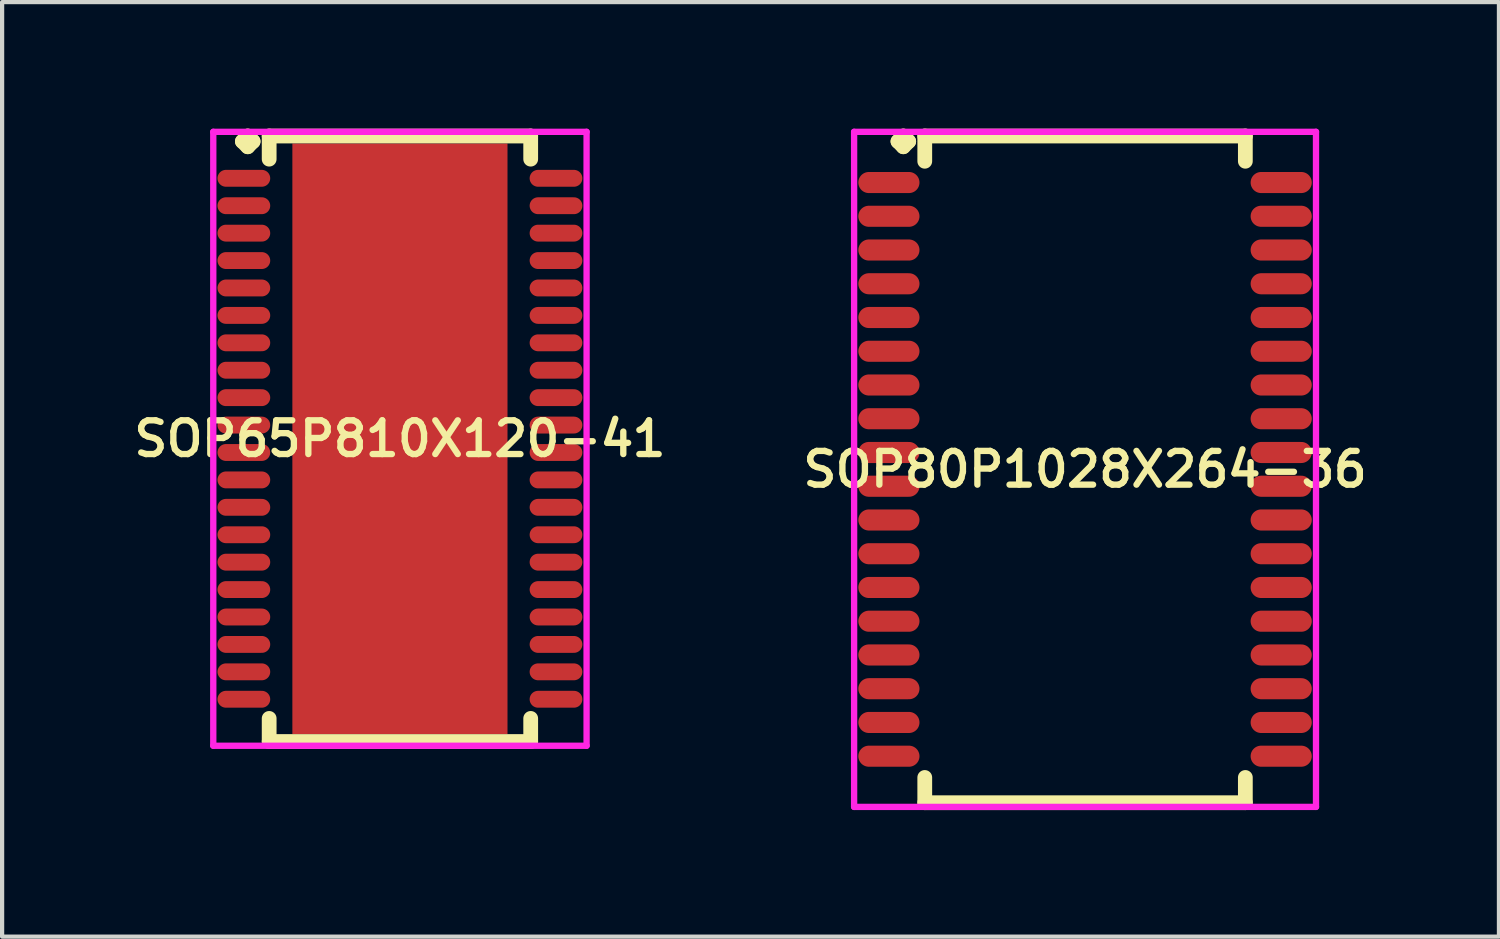
<source format=kicad_pcb>
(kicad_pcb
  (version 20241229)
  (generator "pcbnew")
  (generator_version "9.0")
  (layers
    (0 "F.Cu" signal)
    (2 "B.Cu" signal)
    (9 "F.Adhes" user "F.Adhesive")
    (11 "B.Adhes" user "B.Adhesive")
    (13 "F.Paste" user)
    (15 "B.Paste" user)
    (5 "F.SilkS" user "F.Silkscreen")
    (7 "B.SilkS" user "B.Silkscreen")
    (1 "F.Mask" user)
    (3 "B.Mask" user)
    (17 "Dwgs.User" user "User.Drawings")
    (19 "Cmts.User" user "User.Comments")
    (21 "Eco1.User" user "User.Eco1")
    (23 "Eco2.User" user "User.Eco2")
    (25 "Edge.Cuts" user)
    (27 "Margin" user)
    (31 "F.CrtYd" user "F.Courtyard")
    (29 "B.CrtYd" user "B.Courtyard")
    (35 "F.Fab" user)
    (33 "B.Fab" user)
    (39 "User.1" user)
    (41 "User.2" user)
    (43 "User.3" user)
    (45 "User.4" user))
  (footprint "SOP65P810X120-41"
    (layer "F.Cu")
    (at 6.431 7.352)
    (property "Reference" "SOP65P810X120-41" (at 0 0 0) (layer "F.SilkS") (effects (font (size 0.8 0.8) (thickness 0.15))))
    (attr smd)
    (fp_line (start -3.735 -7.05) (end -3.608 -7.177) (stroke (width 0.35) (type solid)) (layer "F.SilkS"))
    (fp_line (start -3.608 -7.177) (end -3.481 -7.05) (stroke (width 0.35) (type solid)) (layer "F.SilkS"))
    (fp_line (start -3.608 -6.923) (end -3.735 -7.05) (stroke (width 0.35) (type solid)) (layer "F.SilkS"))
    (fp_line (start -3.481 -7.05) (end -3.608 -6.923) (stroke (width 0.35) (type solid)) (layer "F.SilkS"))
    (fp_line (start -3.1 -7.177) (end 3.1 -7.177) (stroke (width 0.35) (type solid)) (layer "F.SilkS"))
    (fp_line (start -3.1 -6.629) (end -3.1 -7.177) (stroke (width 0.35) (type solid)) (layer "F.SilkS"))
    (fp_line (start -3.1 6.629) (end -3.1 7.177) (stroke (width 0.35) (type solid)) (layer "F.SilkS"))
    (fp_line (start -3.1 7.177) (end 3.1 7.177) (stroke (width 0.35) (type solid)) (layer "F.SilkS"))
    (fp_line (start 3.1 -7.177) (end 3.1 -6.629) (stroke (width 0.35) (type solid)) (layer "F.SilkS"))
    (fp_line (start 3.1 7.177) (end 3.1 6.629) (stroke (width 0.35) (type solid)) (layer "F.SilkS"))
    (fp_line (start -4.425 -7.277) (end 4.425 -7.277) (stroke (width 0.15) (type solid)) (layer "F.CrtYd"))
    (fp_line (start -4.425 7.277) (end -4.425 -7.277) (stroke (width 0.15) (type solid)) (layer "F.CrtYd"))
    (fp_line (start 4.425 -7.277) (end 4.425 7.277) (stroke (width 0.15) (type solid)) (layer "F.CrtYd"))
    (fp_line (start 4.425 7.277) (end -4.425 7.277) (stroke (width 0.15) (type solid)) (layer "F.CrtYd"))
    (pad "1" smd oval (at -3.7 -6.175) (size 1.25 0.4) (layers "F.Cu" "F.Mask" "F.Paste"))
    (pad "2" smd oval (at -3.7 -5.525) (size 1.25 0.4) (layers "F.Cu" "F.Mask" "F.Paste"))
    (pad "3" smd oval (at -3.7 -4.875) (size 1.25 0.4) (layers "F.Cu" "F.Mask" "F.Paste"))
    (pad "4" smd oval (at -3.7 -4.225) (size 1.25 0.4) (layers "F.Cu" "F.Mask" "F.Paste"))
    (pad "5" smd oval (at -3.7 -3.575) (size 1.25 0.4) (layers "F.Cu" "F.Mask" "F.Paste"))
    (pad "6" smd oval (at -3.7 -2.925) (size 1.25 0.4) (layers "F.Cu" "F.Mask" "F.Paste"))
    (pad "7" smd oval (at -3.7 -2.275) (size 1.25 0.4) (layers "F.Cu" "F.Mask" "F.Paste"))
    (pad "8" smd oval (at -3.7 -1.625) (size 1.25 0.4) (layers "F.Cu" "F.Mask" "F.Paste"))
    (pad "9" smd oval (at -3.7 -0.975) (size 1.25 0.4) (layers "F.Cu" "F.Mask" "F.Paste"))
    (pad "10" smd oval (at -3.7 -0.325) (size 1.25 0.4) (layers "F.Cu" "F.Mask" "F.Paste"))
    (pad "11" smd oval (at -3.7 0.325) (size 1.25 0.4) (layers "F.Cu" "F.Mask" "F.Paste"))
    (pad "12" smd oval (at -3.7 0.975) (size 1.25 0.4) (layers "F.Cu" "F.Mask" "F.Paste"))
    (pad "13" smd oval (at -3.7 1.625) (size 1.25 0.4) (layers "F.Cu" "F.Mask" "F.Paste"))
    (pad "14" smd oval (at -3.7 2.275) (size 1.25 0.4) (layers "F.Cu" "F.Mask" "F.Paste"))
    (pad "15" smd oval (at -3.7 2.925) (size 1.25 0.4) (layers "F.Cu" "F.Mask" "F.Paste"))
    (pad "16" smd oval (at -3.7 3.575) (size 1.25 0.4) (layers "F.Cu" "F.Mask" "F.Paste"))
    (pad "17" smd oval (at -3.7 4.225) (size 1.25 0.4) (layers "F.Cu" "F.Mask" "F.Paste"))
    (pad "18" smd oval (at -3.7 4.875) (size 1.25 0.4) (layers "F.Cu" "F.Mask" "F.Paste"))
    (pad "19" smd oval (at -3.7 5.525) (size 1.25 0.4) (layers "F.Cu" "F.Mask" "F.Paste"))
    (pad "20" smd oval (at -3.7 6.175) (size 1.25 0.4) (layers "F.Cu" "F.Mask" "F.Paste"))
    (pad "21" smd oval (at 3.7 6.175) (size 1.25 0.4) (layers "F.Cu" "F.Mask" "F.Paste"))
    (pad "22" smd oval (at 3.7 5.525) (size 1.25 0.4) (layers "F.Cu" "F.Mask" "F.Paste"))
    (pad "23" smd oval (at 3.7 4.875) (size 1.25 0.4) (layers "F.Cu" "F.Mask" "F.Paste"))
    (pad "24" smd oval (at 3.7 4.225) (size 1.25 0.4) (layers "F.Cu" "F.Mask" "F.Paste"))
    (pad "25" smd oval (at 3.7 3.575) (size 1.25 0.4) (layers "F.Cu" "F.Mask" "F.Paste"))
    (pad "26" smd oval (at 3.7 2.925) (size 1.25 0.4) (layers "F.Cu" "F.Mask" "F.Paste"))
    (pad "27" smd oval (at 3.7 2.275) (size 1.25 0.4) (layers "F.Cu" "F.Mask" "F.Paste"))
    (pad "28" smd oval (at 3.7 1.625) (size 1.25 0.4) (layers "F.Cu" "F.Mask" "F.Paste"))
    (pad "29" smd oval (at 3.7 0.975) (size 1.25 0.4) (layers "F.Cu" "F.Mask" "F.Paste"))
    (pad "30" smd oval (at 3.7 0.325) (size 1.25 0.4) (layers "F.Cu" "F.Mask" "F.Paste"))
    (pad "31" smd oval (at 3.7 -0.325) (size 1.25 0.4) (layers "F.Cu" "F.Mask" "F.Paste"))
    (pad "32" smd oval (at 3.7 -0.975) (size 1.25 0.4) (layers "F.Cu" "F.Mask" "F.Paste"))
    (pad "33" smd oval (at 3.7 -1.625) (size 1.25 0.4) (layers "F.Cu" "F.Mask" "F.Paste"))
    (pad "34" smd oval (at 3.7 -2.275) (size 1.25 0.4) (layers "F.Cu" "F.Mask" "F.Paste"))
    (pad "35" smd oval (at 3.7 -2.925) (size 1.25 0.4) (layers "F.Cu" "F.Mask" "F.Paste"))
    (pad "36" smd oval (at 3.7 -3.575) (size 1.25 0.4) (layers "F.Cu" "F.Mask" "F.Paste"))
    (pad "37" smd oval (at 3.7 -4.225) (size 1.25 0.4) (layers "F.Cu" "F.Mask" "F.Paste"))
    (pad "38" smd oval (at 3.7 -4.875) (size 1.25 0.4) (layers "F.Cu" "F.Mask" "F.Paste"))
    (pad "39" smd oval (at 3.7 -5.525) (size 1.25 0.4) (layers "F.Cu" "F.Mask" "F.Paste"))
    (pad "40" smd oval (at 3.7 -6.175) (size 1.25 0.4) (layers "F.Cu" "F.Mask" "F.Paste"))
    (pad "41" smd rect (at 0 0) (size 5.1 14) (layers "F.Cu" "F.Mask" "F.Paste")))
  (footprint "SOP80P1028X264-36"
    (layer "F.Cu")
    (at 22.673 8.077)
    (property "Reference" "SOP80P1028X264-36" (at 0 0 0) (layer "F.SilkS") (effects (font (size 0.8 0.8) (thickness 0.15))))
    (attr smd)
    (fp_line (start -4.435 -7.775) (end -4.308 -7.902) (stroke (width 0.35) (type solid)) (layer "F.SilkS"))
    (fp_line (start -4.308 -7.902) (end -4.181 -7.775) (stroke (width 0.35) (type solid)) (layer "F.SilkS"))
    (fp_line (start -4.308 -7.648) (end -4.435 -7.775) (stroke (width 0.35) (type solid)) (layer "F.SilkS"))
    (fp_line (start -4.181 -7.775) (end -4.308 -7.648) (stroke (width 0.35) (type solid)) (layer "F.SilkS"))
    (fp_line (start -3.8 -7.902) (end 3.8 -7.902) (stroke (width 0.35) (type solid)) (layer "F.SilkS"))
    (fp_line (start -3.8 -7.304) (end -3.8 -7.902) (stroke (width 0.35) (type solid)) (layer "F.SilkS"))
    (fp_line (start -3.8 7.304) (end -3.8 7.902) (stroke (width 0.35) (type solid)) (layer "F.SilkS"))
    (fp_line (start -3.8 7.902) (end 3.8 7.902) (stroke (width 0.35) (type solid)) (layer "F.SilkS"))
    (fp_line (start 3.8 -7.902) (end 3.8 -7.304) (stroke (width 0.35) (type solid)) (layer "F.SilkS"))
    (fp_line (start 3.8 7.902) (end 3.8 7.304) (stroke (width 0.35) (type solid)) (layer "F.SilkS"))
    (fp_line (start -5.475 -8.002) (end 5.475 -8.002) (stroke (width 0.15) (type solid)) (layer "F.CrtYd"))
    (fp_line (start -5.475 8.002) (end -5.475 -8.002) (stroke (width 0.15) (type solid)) (layer "F.CrtYd"))
    (fp_line (start 5.475 -8.002) (end 5.475 8.002) (stroke (width 0.15) (type solid)) (layer "F.CrtYd"))
    (fp_line (start 5.475 8.002) (end -5.475 8.002) (stroke (width 0.15) (type solid)) (layer "F.CrtYd"))
    (pad "1" smd oval (at -4.65 -6.8) (size 1.45 0.5) (layers "F.Cu" "F.Mask" "F.Paste"))
    (pad "2" smd oval (at -4.65 -6) (size 1.45 0.5) (layers "F.Cu" "F.Mask" "F.Paste"))
    (pad "3" smd oval (at -4.65 -5.2) (size 1.45 0.5) (layers "F.Cu" "F.Mask" "F.Paste"))
    (pad "4" smd oval (at -4.65 -4.4) (size 1.45 0.5) (layers "F.Cu" "F.Mask" "F.Paste"))
    (pad "5" smd oval (at -4.65 -3.6) (size 1.45 0.5) (layers "F.Cu" "F.Mask" "F.Paste"))
    (pad "6" smd oval (at -4.65 -2.8) (size 1.45 0.5) (layers "F.Cu" "F.Mask" "F.Paste"))
    (pad "7" smd oval (at -4.65 -2) (size 1.45 0.5) (layers "F.Cu" "F.Mask" "F.Paste"))
    (pad "8" smd oval (at -4.65 -1.2) (size 1.45 0.5) (layers "F.Cu" "F.Mask" "F.Paste"))
    (pad "9" smd oval (at -4.65 -0.4) (size 1.45 0.5) (layers "F.Cu" "F.Mask" "F.Paste"))
    (pad "10" smd oval (at -4.65 0.4) (size 1.45 0.5) (layers "F.Cu" "F.Mask" "F.Paste"))
    (pad "11" smd oval (at -4.65 1.2) (size 1.45 0.5) (layers "F.Cu" "F.Mask" "F.Paste"))
    (pad "12" smd oval (at -4.65 2) (size 1.45 0.5) (layers "F.Cu" "F.Mask" "F.Paste"))
    (pad "13" smd oval (at -4.65 2.8) (size 1.45 0.5) (layers "F.Cu" "F.Mask" "F.Paste"))
    (pad "14" smd oval (at -4.65 3.6) (size 1.45 0.5) (layers "F.Cu" "F.Mask" "F.Paste"))
    (pad "15" smd oval (at -4.65 4.4) (size 1.45 0.5) (layers "F.Cu" "F.Mask" "F.Paste"))
    (pad "16" smd oval (at -4.65 5.2) (size 1.45 0.5) (layers "F.Cu" "F.Mask" "F.Paste"))
    (pad "17" smd oval (at -4.65 6) (size 1.45 0.5) (layers "F.Cu" "F.Mask" "F.Paste"))
    (pad "18" smd oval (at -4.65 6.8) (size 1.45 0.5) (layers "F.Cu" "F.Mask" "F.Paste"))
    (pad "19" smd oval (at 4.65 6.8) (size 1.45 0.5) (layers "F.Cu" "F.Mask" "F.Paste"))
    (pad "20" smd oval (at 4.65 6) (size 1.45 0.5) (layers "F.Cu" "F.Mask" "F.Paste"))
    (pad "21" smd oval (at 4.65 5.2) (size 1.45 0.5) (layers "F.Cu" "F.Mask" "F.Paste"))
    (pad "22" smd oval (at 4.65 4.4) (size 1.45 0.5) (layers "F.Cu" "F.Mask" "F.Paste"))
    (pad "23" smd oval (at 4.65 3.6) (size 1.45 0.5) (layers "F.Cu" "F.Mask" "F.Paste"))
    (pad "24" smd oval (at 4.65 2.8) (size 1.45 0.5) (layers "F.Cu" "F.Mask" "F.Paste"))
    (pad "25" smd oval (at 4.65 2) (size 1.45 0.5) (layers "F.Cu" "F.Mask" "F.Paste"))
    (pad "26" smd oval (at 4.65 1.2) (size 1.45 0.5) (layers "F.Cu" "F.Mask" "F.Paste"))
    (pad "27" smd oval (at 4.65 0.4) (size 1.45 0.5) (layers "F.Cu" "F.Mask" "F.Paste"))
    (pad "28" smd oval (at 4.65 -0.4) (size 1.45 0.5) (layers "F.Cu" "F.Mask" "F.Paste"))
    (pad "29" smd oval (at 4.65 -1.2) (size 1.45 0.5) (layers "F.Cu" "F.Mask" "F.Paste"))
    (pad "30" smd oval (at 4.65 -2) (size 1.45 0.5) (layers "F.Cu" "F.Mask" "F.Paste"))
    (pad "31" smd oval (at 4.65 -2.8) (size 1.45 0.5) (layers "F.Cu" "F.Mask" "F.Paste"))
    (pad "32" smd oval (at 4.65 -3.6) (size 1.45 0.5) (layers "F.Cu" "F.Mask" "F.Paste"))
    (pad "33" smd oval (at 4.65 -4.4) (size 1.45 0.5) (layers "F.Cu" "F.Mask" "F.Paste"))
    (pad "34" smd oval (at 4.65 -5.2) (size 1.45 0.5) (layers "F.Cu" "F.Mask" "F.Paste"))
    (pad "35" smd oval (at 4.65 -6) (size 1.45 0.5) (layers "F.Cu" "F.Mask" "F.Paste"))
    (pad "36" smd oval (at 4.65 -6.8) (size 1.45 0.5) (layers "F.Cu" "F.Mask" "F.Paste")))
  (gr_rect
    (start -3 -3)
    (end 32.485 19.154)
    (stroke (width 0.1) (type default))
    (fill no)
    (layer "Edge.Cuts")))
</source>
